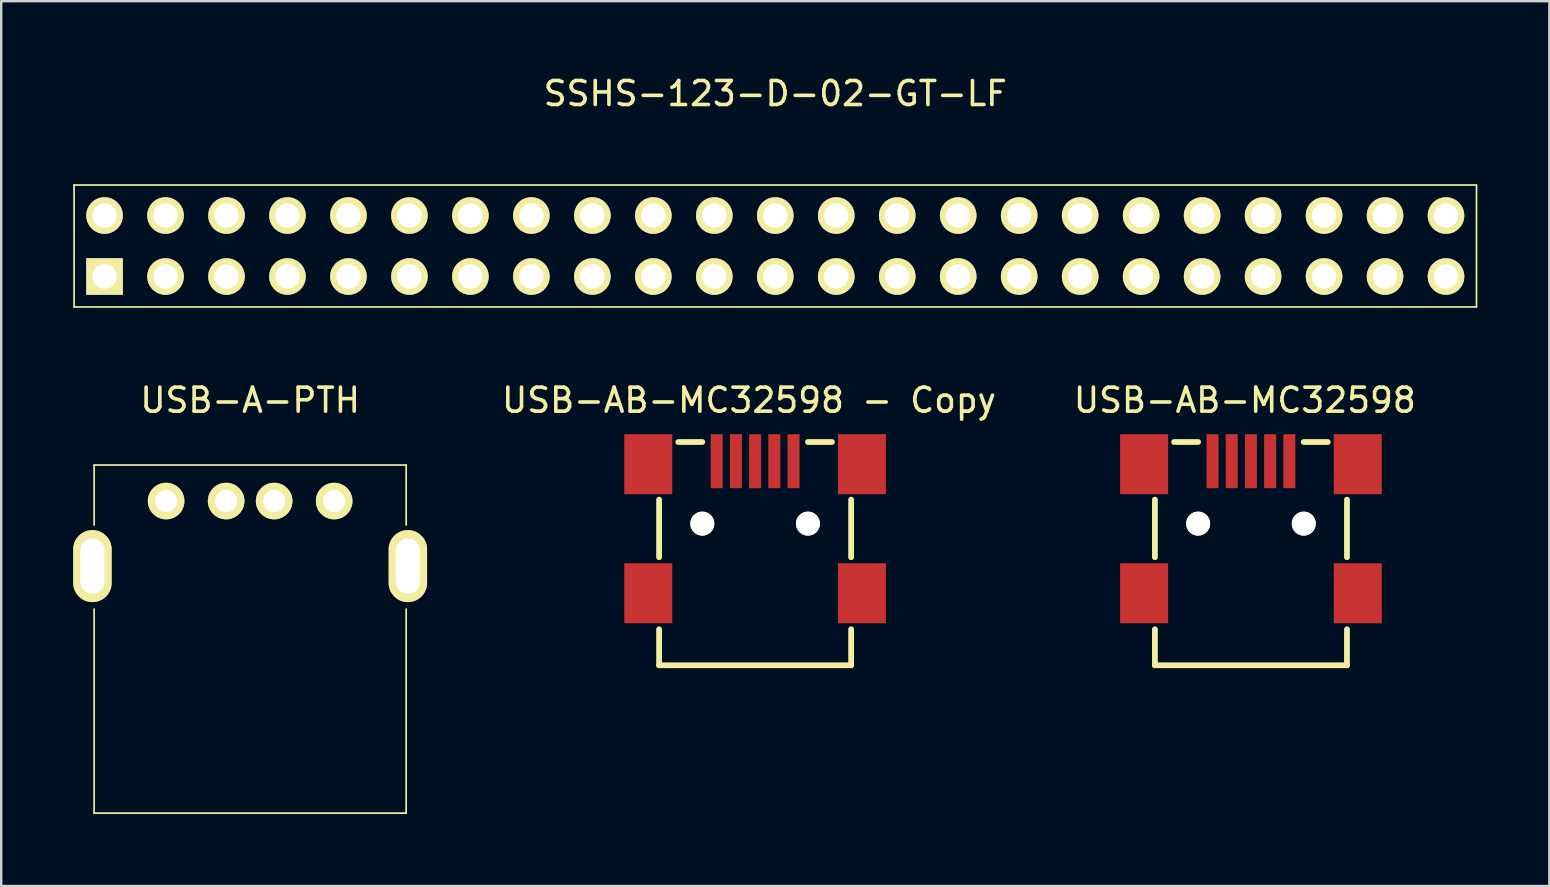
<source format=kicad_pcb>
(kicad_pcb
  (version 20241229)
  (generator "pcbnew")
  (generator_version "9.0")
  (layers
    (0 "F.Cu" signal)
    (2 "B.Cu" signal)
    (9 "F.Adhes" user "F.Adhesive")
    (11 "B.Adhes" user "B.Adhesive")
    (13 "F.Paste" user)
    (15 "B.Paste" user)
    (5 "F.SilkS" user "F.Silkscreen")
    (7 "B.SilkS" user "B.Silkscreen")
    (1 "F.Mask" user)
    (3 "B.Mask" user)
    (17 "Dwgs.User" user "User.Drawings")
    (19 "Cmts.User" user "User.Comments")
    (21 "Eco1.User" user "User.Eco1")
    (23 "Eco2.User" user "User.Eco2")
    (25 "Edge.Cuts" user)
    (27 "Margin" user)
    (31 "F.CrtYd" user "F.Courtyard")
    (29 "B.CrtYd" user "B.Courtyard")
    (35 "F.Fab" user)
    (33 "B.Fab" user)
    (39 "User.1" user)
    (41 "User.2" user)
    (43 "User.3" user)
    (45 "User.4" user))
  (footprint "USB-AB-MC32598"
    (layer "F.Cu")
    (at 49.059 16.162)
    (property "Reference" "USB-AB-MC32598" (at -0.254 -2.54 0) (layer "F.SilkS") (effects (font (size 1 1) (thickness 0.15))))
    (attr smd)
    (fp_line (start -4 4) (end -4 1.6) (stroke (width 0.24) (type solid)) (layer "F.SilkS"))
    (fp_line (start -4 7) (end -4 8.5) (stroke (width 0.24) (type solid)) (layer "F.SilkS"))
    (fp_line (start -4 8.5) (end 4 8.5) (stroke (width 0.24) (type solid)) (layer "F.SilkS"))
    (fp_line (start -3.2 -0.8) (end -2.2 -0.8) (stroke (width 0.24) (type solid)) (layer "F.SilkS"))
    (fp_line (start 2.2 -0.8) (end 3.2 -0.8) (stroke (width 0.24) (type solid)) (layer "F.SilkS"))
    (fp_line (start 4 4) (end 4 1.6) (stroke (width 0.24) (type solid)) (layer "F.SilkS"))
    (fp_line (start 4 8.5) (end 4 7) (stroke (width 0.24) (type solid)) (layer "F.SilkS"))
    (pad "" np_thru_hole circle (at -2.2 2.6) (size 1 1) (drill 1) (layers "*.Cu" "*.Mask" "F.SilkS"))
    (pad "" np_thru_hole circle (at 2.2 2.6) (size 1 1) (drill 1) (layers "*.Cu" "*.Mask" "F.SilkS"))
    (pad "1" smd rect (at -1.6 0) (size 0.5 2.25) (layers "F.Cu" "F.Mask" "F.Paste"))
    (pad "2" smd rect (at -0.8 0) (size 0.5 2.25) (layers "F.Cu" "F.Mask" "F.Paste"))
    (pad "3" smd rect (at 0 0) (size 0.5 2.25) (layers "F.Cu" "F.Mask" "F.Paste"))
    (pad "4" smd rect (at 0.8 0) (size 0.5 2.25) (layers "F.Cu" "F.Mask" "F.Paste"))
    (pad "5" smd rect (at 1.6 0) (size 0.5 2.25) (layers "F.Cu" "F.Mask" "F.Paste"))
    (pad "6" smd rect (at 4.45 0.125) (size 2 2.5) (layers "F.Cu" "F.Mask" "F.Paste"))
    (pad "7" smd rect (at -4.45 0.125) (size 2 2.5) (layers "F.Cu" "F.Mask" "F.Paste"))
    (pad "8" smd rect (at -4.45 5.5) (size 2 2.5) (layers "F.Cu" "F.Mask" "F.Paste"))
    (pad "9" smd rect (at 4.45 5.5) (size 2 2.5) (layers "F.Cu" "F.Mask" "F.Paste")))
  (footprint "USB-AB-MC32598 - Copy"
    (layer "F.Cu")
    (at 28.405 16.162)
    (property "Reference" "USB-AB-MC32598 - Copy" (at -0.254 -2.54 0) (layer "F.SilkS") (effects (font (size 1 1) (thickness 0.15))))
    (attr through_hole)
    (fp_line (start -4 4) (end -4 1.6) (stroke (width 0.24) (type solid)) (layer "F.SilkS"))
    (fp_line (start -4 7) (end -4 8.5) (stroke (width 0.24) (type solid)) (layer "F.SilkS"))
    (fp_line (start -4 8.5) (end 4 8.5) (stroke (width 0.24) (type solid)) (layer "F.SilkS"))
    (fp_line (start -3.2 -0.8) (end -2.2 -0.8) (stroke (width 0.24) (type solid)) (layer "F.SilkS"))
    (fp_line (start 2.2 -0.8) (end 3.2 -0.8) (stroke (width 0.24) (type solid)) (layer "F.SilkS"))
    (fp_line (start 4 4) (end 4 1.6) (stroke (width 0.24) (type solid)) (layer "F.SilkS"))
    (fp_line (start 4 8.5) (end 4 7) (stroke (width 0.24) (type solid)) (layer "F.SilkS"))
    (pad "" np_thru_hole circle (at -2.2 2.6) (size 1 1) (drill 1) (layers "*.Cu" "*.Mask" "F.SilkS"))
    (pad "" np_thru_hole circle (at 2.2 2.6) (size 1 1) (drill 1) (layers "*.Cu" "*.Mask" "F.SilkS"))
    (pad "1" smd rect (at -1.6 0) (size 0.5 2.25) (layers "F.Cu" "F.Mask" "F.Paste"))
    (pad "2" smd rect (at -0.8 0) (size 0.5 2.25) (layers "F.Cu" "F.Mask" "F.Paste"))
    (pad "3" smd rect (at 0 0) (size 0.5 2.25) (layers "F.Cu" "F.Mask" "F.Paste"))
    (pad "4" smd rect (at 0.8 0) (size 0.5 2.25) (layers "F.Cu" "F.Mask" "F.Paste"))
    (pad "5" smd rect (at 1.6 0) (size 0.5 2.25) (layers "F.Cu" "F.Mask" "F.Paste"))
    (pad "6" smd rect (at 4.45 0.125) (size 2 2.5) (layers "F.Cu" "F.Mask" "F.Paste"))
    (pad "7" smd rect (at -4.45 0.125) (size 2 2.5) (layers "F.Cu" "F.Mask" "F.Paste"))
    (pad "8" smd rect (at -4.45 5.5) (size 2 2.5) (layers "F.Cu" "F.Mask" "F.Paste"))
    (pad "9" smd rect (at 4.45 5.5) (size 2 2.5) (layers "F.Cu" "F.Mask" "F.Paste")))
  (footprint "SSHS-123-D-02-GT-LF"
    (layer "F.Cu")
    (at 29.245 7.198)
    (property "Reference" "SSHS-123-D-02-GT-LF" (at 0 -6.35 0) (layer "F.SilkS") (effects (font (size 1 1) (thickness 0.15))))
    (attr through_hole)
    (fp_line (start -29.21 -2.54) (end 29.21 -2.54) (stroke (width 0.07) (type solid)) (layer "F.SilkS"))
    (fp_line (start -29.21 2.54) (end -29.21 -2.54) (stroke (width 0.07) (type solid)) (layer "F.SilkS"))
    (fp_line (start 29.21 2.54) (end -29.21 2.54) (stroke (width 0.07) (type solid)) (layer "F.SilkS"))
    (fp_line (start 29.21 2.54) (end 29.21 -2.54) (stroke (width 0.07) (type solid)) (layer "F.SilkS"))
    (pad "1" thru_hole rect (at -27.94 1.27) (size 1.524 1.524) (drill 1.016) (layers "*.Cu" "*.Mask" "F.SilkS"))
    (pad "2" thru_hole circle (at -27.94 -1.27) (size 1.524 1.524) (drill 1.016) (layers "*.Cu" "*.Mask" "F.SilkS"))
    (pad "3" thru_hole circle (at -25.4 1.27) (size 1.524 1.524) (drill 1.016) (layers "*.Cu" "*.Mask" "F.SilkS"))
    (pad "4" thru_hole circle (at -25.4 -1.27) (size 1.524 1.524) (drill 1.016) (layers "*.Cu" "*.Mask" "F.SilkS"))
    (pad "5" thru_hole circle (at -22.86 1.27) (size 1.524 1.524) (drill 1.016) (layers "*.Cu" "*.Mask" "F.SilkS"))
    (pad "6" thru_hole circle (at -22.86 -1.27) (size 1.524 1.524) (drill 1.016) (layers "*.Cu" "*.Mask" "F.SilkS"))
    (pad "7" thru_hole circle (at -20.32 1.27) (size 1.524 1.524) (drill 1.016) (layers "*.Cu" "*.Mask" "F.SilkS"))
    (pad "8" thru_hole circle (at -20.32 -1.27) (size 1.524 1.524) (drill 1.016) (layers "*.Cu" "*.Mask" "F.SilkS"))
    (pad "9" thru_hole circle (at -17.78 1.27) (size 1.524 1.524) (drill 1.016) (layers "*.Cu" "*.Mask" "F.SilkS"))
    (pad "10" thru_hole circle (at -17.78 -1.27) (size 1.524 1.524) (drill 1.016) (layers "*.Cu" "*.Mask" "F.SilkS"))
    (pad "11" thru_hole circle (at -15.24 1.27) (size 1.524 1.524) (drill 1.016) (layers "*.Cu" "*.Mask" "F.SilkS"))
    (pad "12" thru_hole circle (at -15.24 -1.27) (size 1.524 1.524) (drill 1.016) (layers "*.Cu" "*.Mask" "F.SilkS"))
    (pad "13" thru_hole circle (at -12.7 1.27) (size 1.524 1.524) (drill 1.016) (layers "*.Cu" "*.Mask" "F.SilkS"))
    (pad "14" thru_hole circle (at -12.7 -1.27) (size 1.524 1.524) (drill 1.016) (layers "*.Cu" "*.Mask" "F.SilkS"))
    (pad "15" thru_hole circle (at -10.16 1.27) (size 1.524 1.524) (drill 1.016) (layers "*.Cu" "*.Mask" "F.SilkS"))
    (pad "16" thru_hole circle (at -10.16 -1.27) (size 1.524 1.524) (drill 1.016) (layers "*.Cu" "*.Mask" "F.SilkS"))
    (pad "17" thru_hole circle (at -7.62 1.27) (size 1.524 1.524) (drill 1.016) (layers "*.Cu" "*.Mask" "F.SilkS"))
    (pad "18" thru_hole circle (at -7.62 -1.27) (size 1.524 1.524) (drill 1.016) (layers "*.Cu" "*.Mask" "F.SilkS"))
    (pad "19" thru_hole circle (at -5.08 1.27) (size 1.524 1.524) (drill 1.016) (layers "*.Cu" "*.Mask" "F.SilkS"))
    (pad "20" thru_hole circle (at -5.08 -1.27) (size 1.524 1.524) (drill 1.016) (layers "*.Cu" "*.Mask" "F.SilkS"))
    (pad "21" thru_hole circle (at -2.54 1.27) (size 1.524 1.524) (drill 1.016) (layers "*.Cu" "*.Mask" "F.SilkS"))
    (pad "22" thru_hole circle (at -2.54 -1.27) (size 1.524 1.524) (drill 1.016) (layers "*.Cu" "*.Mask" "F.SilkS"))
    (pad "23" thru_hole circle (at 0 1.27) (size 1.524 1.524) (drill 1.016) (layers "*.Cu" "*.Mask" "F.SilkS"))
    (pad "24" thru_hole circle (at 0 -1.27) (size 1.524 1.524) (drill 1.016) (layers "*.Cu" "*.Mask" "F.SilkS"))
    (pad "25" thru_hole circle (at 2.54 1.27) (size 1.524 1.524) (drill 1.016) (layers "*.Cu" "*.Mask" "F.SilkS"))
    (pad "26" thru_hole circle (at 2.54 -1.27) (size 1.524 1.524) (drill 1.016) (layers "*.Cu" "*.Mask" "F.SilkS"))
    (pad "27" thru_hole circle (at 5.08 1.27) (size 1.524 1.524) (drill 1.016) (layers "*.Cu" "*.Mask" "F.SilkS"))
    (pad "28" thru_hole circle (at 5.08 -1.27) (size 1.524 1.524) (drill 1.016) (layers "*.Cu" "*.Mask" "F.SilkS"))
    (pad "29" thru_hole circle (at 7.62 1.27) (size 1.524 1.524) (drill 1.016) (layers "*.Cu" "*.Mask" "F.SilkS"))
    (pad "30" thru_hole circle (at 7.62 -1.27) (size 1.524 1.524) (drill 1.016) (layers "*.Cu" "*.Mask" "F.SilkS"))
    (pad "31" thru_hole circle (at 10.16 1.27) (size 1.524 1.524) (drill 1.016) (layers "*.Cu" "*.Mask" "F.SilkS"))
    (pad "32" thru_hole circle (at 10.16 -1.27) (size 1.524 1.524) (drill 1.016) (layers "*.Cu" "*.Mask" "F.SilkS"))
    (pad "33" thru_hole circle (at 12.7 1.27) (size 1.524 1.524) (drill 1.016) (layers "*.Cu" "*.Mask" "F.SilkS"))
    (pad "34" thru_hole circle (at 12.7 -1.27) (size 1.524 1.524) (drill 1.016) (layers "*.Cu" "*.Mask" "F.SilkS"))
    (pad "35" thru_hole circle (at 15.24 1.27) (size 1.524 1.524) (drill 1.016) (layers "*.Cu" "*.Mask" "F.SilkS"))
    (pad "36" thru_hole circle (at 15.24 -1.27) (size 1.524 1.524) (drill 1.016) (layers "*.Cu" "*.Mask" "F.SilkS"))
    (pad "37" thru_hole circle (at 17.78 1.27) (size 1.524 1.524) (drill 1.016) (layers "*.Cu" "*.Mask" "F.SilkS"))
    (pad "38" thru_hole circle (at 17.78 -1.27) (size 1.524 1.524) (drill 1.016) (layers "*.Cu" "*.Mask" "F.SilkS"))
    (pad "39" thru_hole circle (at 20.32 1.27) (size 1.524 1.524) (drill 1.016) (layers "*.Cu" "*.Mask" "F.SilkS"))
    (pad "40" thru_hole circle (at 20.32 -1.27) (size 1.524 1.524) (drill 1.016) (layers "*.Cu" "*.Mask" "F.SilkS"))
    (pad "41" thru_hole circle (at 22.86 1.27) (size 1.524 1.524) (drill 1.016) (layers "*.Cu" "*.Mask" "F.SilkS"))
    (pad "42" thru_hole circle (at 22.86 -1.27) (size 1.524 1.524) (drill 1.016) (layers "*.Cu" "*.Mask" "F.SilkS"))
    (pad "43" thru_hole circle (at 25.4 1.27) (size 1.524 1.524) (drill 1.016) (layers "*.Cu" "*.Mask" "F.SilkS"))
    (pad "44" thru_hole circle (at 25.4 -1.27) (size 1.524 1.524) (drill 1.016) (layers "*.Cu" "*.Mask" "F.SilkS"))
    (pad "45" thru_hole circle (at 27.94 1.27) (size 1.524 1.524) (drill 1.016) (layers "*.Cu" "*.Mask" "F.SilkS"))
    (pad "46" thru_hole circle (at 27.94 -1.27) (size 1.524 1.524) (drill 1.016) (layers "*.Cu" "*.Mask" "F.SilkS")))
  (footprint "USB-A-PTH"
    (layer "F.Cu")
    (at 7.37 17.822)
    (property "Reference" "USB-A-PTH" (at 0 -4.2 0) (layer "F.SilkS") (effects (font (size 1 1) (thickness 0.15))))
    (attr through_hole)
    (fp_line (start -6.5 -1.5) (end -6.5 1) (stroke (width 0.07) (type solid)) (layer "F.SilkS"))
    (fp_line (start -6.5 -1.5) (end 6.5 -1.5) (stroke (width 0.07) (type solid)) (layer "F.SilkS"))
    (fp_line (start -6.5 4.5) (end -6.5 13) (stroke (width 0.07) (type solid)) (layer "F.SilkS"))
    (fp_line (start -6.5 13) (end 6.5 13) (stroke (width 0.07) (type solid)) (layer "F.SilkS"))
    (fp_line (start 6.5 -1.5) (end 6.5 1) (stroke (width 0.07) (type solid)) (layer "F.SilkS"))
    (fp_line (start 6.5 13) (end 6.5 4.5) (stroke (width 0.07) (type solid)) (layer "F.SilkS"))
    (pad "1" thru_hole circle (at -3.5 0) (size 1.524 1.524) (drill 0.92) (layers "*.Cu" "*.Mask" "F.SilkS"))
    (pad "2" thru_hole circle (at -1 0) (size 1.524 1.524) (drill 0.92) (layers "*.Cu" "*.Mask" "F.SilkS"))
    (pad "3" thru_hole circle (at 1 0) (size 1.524 1.524) (drill 0.92) (layers "*.Cu" "*.Mask" "F.SilkS"))
    (pad "4" thru_hole circle (at 3.5 0) (size 1.524 1.524) (drill 0.92) (layers "*.Cu" "*.Mask" "F.SilkS"))
    (pad "5" thru_hole oval (at -6.57 2.71) (size 1.6 3) (drill oval 1 2.3) (layers "*.Cu" "*.Mask" "F.SilkS"))
    (pad "5" thru_hole oval (at 6.57 2.71) (size 1.6 3) (drill oval 1 2.3) (layers "*.Cu" "*.Mask" "F.SilkS")))
  (gr_rect
    (start -3 -3)
    (end 61.49 33.856)
    (stroke (width 0.1) (type default))
    (fill no)
    (layer "Edge.Cuts")))
</source>
